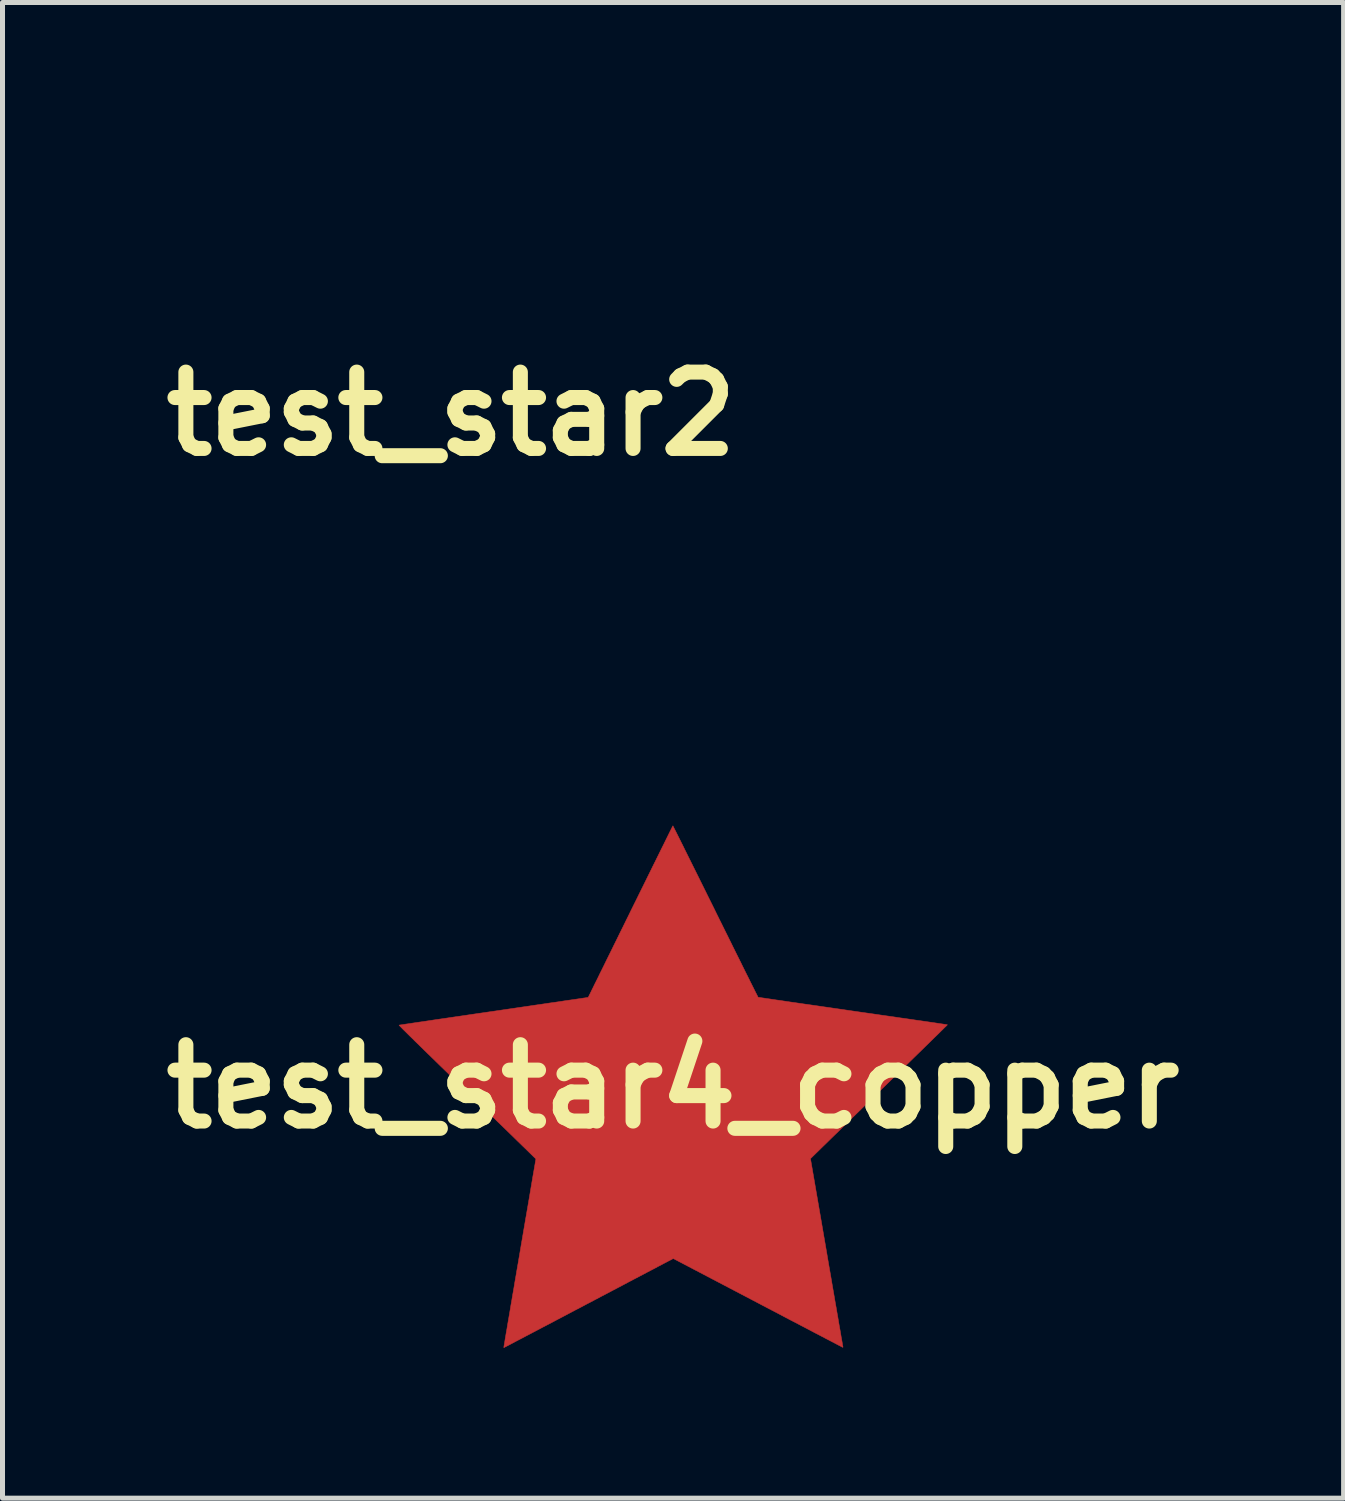
<source format=kicad_pcb>
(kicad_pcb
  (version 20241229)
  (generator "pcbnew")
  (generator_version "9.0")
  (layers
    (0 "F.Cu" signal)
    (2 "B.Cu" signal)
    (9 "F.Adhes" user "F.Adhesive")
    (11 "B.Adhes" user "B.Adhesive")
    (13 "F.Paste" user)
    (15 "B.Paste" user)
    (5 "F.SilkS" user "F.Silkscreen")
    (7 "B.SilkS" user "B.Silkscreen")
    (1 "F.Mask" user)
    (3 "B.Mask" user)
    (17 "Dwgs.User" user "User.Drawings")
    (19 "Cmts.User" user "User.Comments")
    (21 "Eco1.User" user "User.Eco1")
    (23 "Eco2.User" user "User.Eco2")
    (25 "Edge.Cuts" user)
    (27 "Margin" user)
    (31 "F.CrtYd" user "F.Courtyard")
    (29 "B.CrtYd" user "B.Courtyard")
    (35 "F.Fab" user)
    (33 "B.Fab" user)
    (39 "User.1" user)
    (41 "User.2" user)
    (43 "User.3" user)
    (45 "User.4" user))
  (footprint "test_star2"
    (layer "F.Cu")
    (at 5.958 5.212)
    (property "Reference" "test_star2" (at 0 0 0) (layer "F.SilkS") (effects (font (size 1.524 1.524) (thickness 0.3))))
    (attr through_hole)
    (fp_poly (pts (xy 5.476 5.212) (xy -5.476 5.212) (xy -5.476 -5.207) (xy 5.476 -5.207) (xy 5.476 5.212)) (stroke (width 0.01) (type solid)) (fill yes) (layer "F.Mask")))
  (footprint "test_star4_copper"
    (layer "F.Cu")
    (at 10.385 18.638)
    (property "Reference" "test_star4_copper" (at 0 0 0) (layer "F.SilkS") (effects (font (size 1.524 1.524) (thickness 0.3))))
    (attr through_hole)
    (fp_poly (pts (xy -0.001 -5.199) (xy 0.006 -5.186) (xy 0.017 -5.164) (xy 0.032 -5.134) (xy 0.051 -5.097) (xy 0.074 -5.051) (xy 0.1 -4.999) (xy 0.13 -4.939) (xy 0.163 -4.873) (xy 0.199 -4.801) (xy 0.237 -4.723) (xy 0.279 -4.639) (xy 0.323 -4.55) (xy 0.37 -4.456) (xy 0.419 -4.357) (xy 0.471 -4.253) (xy 0.524 -4.146) (xy 0.579 -4.035) (xy 0.636 -3.92) (xy 0.694 -3.802) (xy 0.754 -3.682) (xy 0.815 -3.559) (xy 0.846 -3.495) (xy 0.907 -3.371) (xy 0.968 -3.249) (xy 1.027 -3.129) (xy 1.085 -3.013) (xy 1.141 -2.9) (xy 1.195 -2.79) (xy 1.247 -2.685) (xy 1.298 -2.583) (xy 1.346 -2.487) (xy 1.391 -2.395) (xy 1.434 -2.308) (xy 1.475 -2.226) (xy 1.513 -2.151) (xy 1.547 -2.081) (xy 1.579 -2.018) (xy 1.607 -1.962) (xy 1.631 -1.913) (xy 1.652 -1.871) (xy 1.67 -1.837) (xy 1.683 -1.81) (xy 1.692 -1.793) (xy 1.697 -1.783) (xy 1.698 -1.782) (xy 1.703 -1.781) (xy 1.718 -1.779) (xy 1.743 -1.775) (xy 1.776 -1.77) (xy 1.819 -1.764) (xy 1.869 -1.756) (xy 1.927 -1.748) (xy 1.993 -1.738) (xy 2.067 -1.727) (xy 2.147 -1.716) (xy 2.233 -1.703) (xy 2.326 -1.689) (xy 2.425 -1.675) (xy 2.529 -1.66) (xy 2.638 -1.644) (xy 2.752 -1.628) (xy 2.871 -1.611) (xy 2.993 -1.593) (xy 3.12 -1.575) (xy 3.249 -1.556) (xy 3.382 -1.537) (xy 3.517 -1.517) (xy 3.559 -1.511) (xy 3.724 -1.487) (xy 3.879 -1.465) (xy 4.026 -1.444) (xy 4.162 -1.424) (xy 4.29 -1.406) (xy 4.41 -1.389) (xy 4.521 -1.372) (xy 4.624 -1.358) (xy 4.72 -1.344) (xy 4.808 -1.331) (xy 4.889 -1.319) (xy 4.963 -1.309) (xy 5.031 -1.299) (xy 5.093 -1.29) (xy 5.148 -1.282) (xy 5.198 -1.275) (xy 5.243 -1.268) (xy 5.283 -1.262) (xy 5.318 -1.257) (xy 5.348 -1.252) (xy 5.374 -1.249) (xy 5.397 -1.245) (xy 5.416 -1.242) (xy 5.432 -1.24) (xy 5.444 -1.238) (xy 5.455 -1.236) (xy 5.462 -1.235) (xy 5.468 -1.234) (xy 5.472 -1.233) (xy 5.475 -1.232) (xy 5.476 -1.231) (xy 5.476 -1.231) (xy 5.476 -1.231) (xy 5.476 -1.23) (xy 5.475 -1.23) (xy 5.475 -1.23) (xy 5.471 -1.226) (xy 5.461 -1.215) (xy 5.443 -1.198) (xy 5.419 -1.175) (xy 5.389 -1.145) (xy 5.353 -1.11) (xy 5.311 -1.068) (xy 5.264 -1.022) (xy 5.211 -0.971) (xy 5.153 -0.914) (xy 5.091 -0.853) (xy 5.024 -0.788) (xy 4.954 -0.719) (xy 4.879 -0.646) (xy 4.8 -0.569) (xy 4.718 -0.489) (xy 4.633 -0.406) (xy 4.545 -0.32) (xy 4.455 -0.232) (xy 4.362 -0.141) (xy 4.267 -0.048) (xy 4.171 0.045) (xy 4.073 0.141) (xy 3.977 0.234) (xy 3.883 0.326) (xy 3.791 0.416) (xy 3.701 0.504) (xy 3.614 0.589) (xy 3.53 0.671) (xy 3.449 0.75) (xy 3.371 0.826) (xy 3.298 0.898) (xy 3.228 0.966) (xy 3.163 1.029) (xy 3.102 1.089) (xy 3.046 1.144) (xy 2.995 1.193) (xy 2.949 1.238) (xy 2.91 1.277) (xy 2.876 1.31) (xy 2.848 1.337) (xy 2.827 1.358) (xy 2.812 1.372) (xy 2.805 1.379) (xy 2.743 1.44) (xy 3.066 3.312) (xy 3.089 3.449) (xy 3.112 3.583) (xy 3.135 3.714) (xy 3.157 3.841) (xy 3.178 3.966) (xy 3.199 4.086) (xy 3.219 4.202) (xy 3.238 4.314) (xy 3.257 4.42) (xy 3.274 4.521) (xy 3.291 4.617) (xy 3.306 4.707) (xy 3.32 4.79) (xy 3.334 4.866) (xy 3.346 4.936) (xy 3.356 4.998) (xy 3.366 5.052) (xy 3.374 5.098) (xy 3.38 5.136) (xy 3.385 5.165) (xy 3.389 5.184) (xy 3.391 5.195) (xy 3.391 5.196) (xy 3.391 5.205) (xy 3.387 5.206) (xy 3.382 5.204) (xy 3.368 5.197) (xy 3.346 5.185) (xy 3.316 5.17) (xy 3.278 5.15) (xy 3.233 5.126) (xy 3.181 5.099) (xy 3.122 5.068) (xy 3.056 5.034) (xy 2.984 4.996) (xy 2.906 4.955) (xy 2.823 4.912) (xy 2.734 4.865) (xy 2.641 4.816) (xy 2.543 4.765) (xy 2.441 4.711) (xy 2.334 4.656) (xy 2.224 4.598) (xy 2.111 4.538) (xy 1.994 4.477) (xy 1.875 4.415) (xy 1.753 4.351) (xy 1.693 4.319) (xy 0.005 3.434) (xy -0.021 3.447) (xy -0.028 3.451) (xy -0.043 3.459) (xy -0.066 3.471) (xy -0.098 3.487) (xy -0.137 3.508) (xy -0.184 3.532) (xy -0.237 3.561) (xy -0.298 3.592) (xy -0.364 3.628) (xy -0.437 3.666) (xy -0.516 3.707) (xy -0.6 3.752) (xy -0.69 3.799) (xy -0.784 3.848) (xy -0.883 3.9) (xy -0.986 3.955) (xy -1.092 4.011) (xy -1.203 4.069) (xy -1.316 4.129) (xy -1.433 4.19) (xy -1.552 4.253) (xy -1.673 4.317) (xy -1.711 4.336) (xy -1.832 4.401) (xy -1.952 4.463) (xy -2.069 4.525) (xy -2.182 4.585) (xy -2.293 4.643) (xy -2.4 4.7) (xy -2.503 4.754) (xy -2.603 4.806) (xy -2.697 4.856) (xy -2.787 4.903) (xy -2.872 4.948) (xy -2.951 4.989) (xy -3.024 5.028) (xy -3.092 5.063) (xy -3.153 5.095) (xy -3.207 5.124) (xy -3.254 5.149) (xy -3.294 5.17) (xy -3.327 5.187) (xy -3.351 5.199) (xy -3.367 5.208) (xy -3.375 5.212) (xy -3.376 5.212) (xy -3.378 5.208) (xy -3.378 5.204) (xy -3.377 5.199) (xy -3.375 5.184) (xy -3.371 5.159) (xy -3.365 5.126) (xy -3.358 5.084) (xy -3.35 5.033) (xy -3.34 4.975) (xy -3.329 4.909) (xy -3.316 4.836) (xy -3.303 4.756) (xy -3.288 4.669) (xy -3.272 4.577) (xy -3.255 4.478) (xy -3.238 4.374) (xy -3.219 4.265) (xy -3.2 4.151) (xy -3.179 4.033) (xy -3.159 3.91) (xy -3.137 3.784) (xy -3.115 3.654) (xy -3.092 3.522) (xy -3.069 3.386) (xy -3.058 3.322) (xy -3.035 3.185) (xy -3.012 3.051) (xy -2.99 2.92) (xy -2.968 2.793) (xy -2.947 2.668) (xy -2.926 2.548) (xy -2.906 2.432) (xy -2.887 2.321) (xy -2.869 2.215) (xy -2.852 2.114) (xy -2.836 2.019) (xy -2.821 1.93) (xy -2.807 1.847) (xy -2.794 1.771) (xy -2.782 1.702) (xy -2.771 1.64) (xy -2.762 1.587) (xy -2.754 1.541) (xy -2.748 1.504) (xy -2.743 1.475) (xy -2.74 1.456) (xy -2.738 1.446) (xy -2.738 1.445) (xy -2.742 1.442) (xy -2.752 1.431) (xy -2.77 1.414) (xy -2.794 1.391) (xy -2.824 1.361) (xy -2.86 1.326) (xy -2.902 1.285) (xy -2.95 1.238) (xy -3.003 1.187) (xy -3.06 1.131) (xy -3.123 1.07) (xy -3.19 1.004) (xy -3.261 0.935) (xy -3.337 0.861) (xy -3.416 0.784) (xy -3.499 0.704) (xy -3.585 0.62) (xy -3.674 0.534) (xy -3.765 0.444) (xy -3.859 0.353) (xy -3.956 0.259) (xy -4.054 0.163) (xy -4.108 0.111) (xy -4.23 -0.008) (xy -4.345 -0.12) (xy -4.454 -0.226) (xy -4.555 -0.325) (xy -4.65 -0.417) (xy -4.739 -0.504) (xy -4.822 -0.585) (xy -4.898 -0.659) (xy -4.969 -0.728) (xy -5.034 -0.792) (xy -5.094 -0.851) (xy -5.149 -0.904) (xy -5.198 -0.953) (xy -5.243 -0.997) (xy -5.283 -1.036) (xy -5.318 -1.071) (xy -5.349 -1.102) (xy -5.377 -1.129) (xy -5.4 -1.152) (xy -5.419 -1.172) (xy -5.435 -1.188) (xy -5.448 -1.201) (xy -5.457 -1.211) (xy -5.463 -1.218) (xy -5.467 -1.223) (xy -5.468 -1.225) (xy -5.468 -1.225) (xy -5.462 -1.226) (xy -5.447 -1.229) (xy -5.422 -1.232) (xy -5.388 -1.237) (xy -5.346 -1.244) (xy -5.295 -1.251) (xy -5.237 -1.26) (xy -5.17 -1.27) (xy -5.097 -1.281) (xy -5.017 -1.292) (xy -4.93 -1.305) (xy -4.837 -1.319) (xy -4.738 -1.334) (xy -4.633 -1.349) (xy -4.523 -1.365) (xy -4.409 -1.382) (xy -4.29 -1.399) (xy -4.167 -1.417) (xy -4.04 -1.436) (xy -3.91 -1.455) (xy -3.777 -1.474) (xy -3.641 -1.494) (xy -3.577 -1.503) (xy -3.44 -1.523) (xy -3.305 -1.543) (xy -3.174 -1.562) (xy -3.046 -1.581) (xy -2.921 -1.599) (xy -2.801 -1.617) (xy -2.684 -1.634) (xy -2.573 -1.65) (xy -2.466 -1.666) (xy -2.365 -1.68) (xy -2.269 -1.694) (xy -2.18 -1.708) (xy -2.097 -1.72) (xy -2.021 -1.731) (xy -1.951 -1.741) (xy -1.89 -1.75) (xy -1.836 -1.758) (xy -1.79 -1.765) (xy -1.752 -1.77) (xy -1.724 -1.775) (xy -1.705 -1.778) (xy -1.695 -1.779) (xy -1.694 -1.779) (xy -1.691 -1.784) (xy -1.685 -1.797) (xy -1.674 -1.819) (xy -1.659 -1.849) (xy -1.64 -1.887) (xy -1.618 -1.933) (xy -1.592 -1.985) (xy -1.563 -2.045) (xy -1.53 -2.111) (xy -1.494 -2.183) (xy -1.456 -2.262) (xy -1.414 -2.346) (xy -1.37 -2.435) (xy -1.324 -2.53) (xy -1.275 -2.629) (xy -1.224 -2.732) (xy -1.171 -2.84) (xy -1.116 -2.951) (xy -1.06 -3.066) (xy -1.001 -3.184) (xy -0.942 -3.305) (xy -0.881 -3.428) (xy -0.85 -3.492) (xy -0.789 -3.616) (xy -0.728 -3.738) (xy -0.67 -3.857) (xy -0.612 -3.974) (xy -0.556 -4.087) (xy -0.502 -4.197) (xy -0.45 -4.302) (xy -0.4 -4.404) (xy -0.352 -4.5) (xy -0.307 -4.592) (xy -0.264 -4.679) (xy -0.224 -4.76) (xy -0.186 -4.836) (xy -0.152 -4.905) (xy -0.121 -4.968) (xy -0.093 -5.025) (xy -0.069 -5.074) (xy -0.048 -5.115) (xy -0.031 -5.15) (xy -0.018 -5.176) (xy -0.009 -5.193) (xy -0.004 -5.202) (xy -0.003 -5.204) (xy -0.001 -5.199)) (stroke (width 0.01) (type solid)) (fill yes) (layer "F.Cu")))
  (gr_rect
    (start -3 -3)
    (end 23.77 26.855)
    (stroke (width 0.1) (type default))
    (fill no)
    (layer "Edge.Cuts")))
</source>
